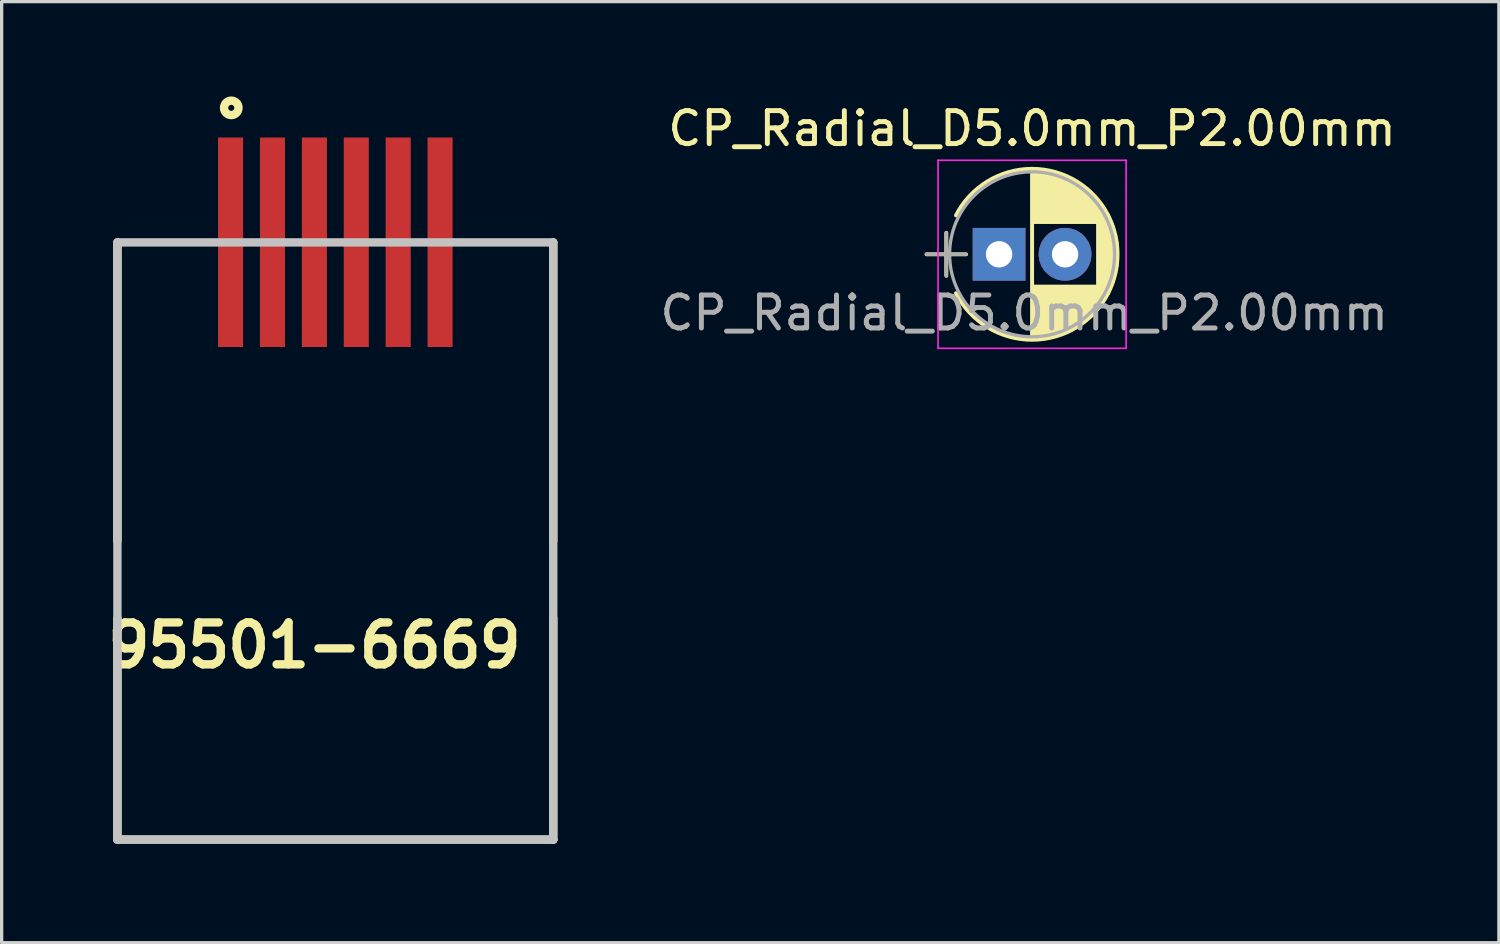
<source format=kicad_pcb>
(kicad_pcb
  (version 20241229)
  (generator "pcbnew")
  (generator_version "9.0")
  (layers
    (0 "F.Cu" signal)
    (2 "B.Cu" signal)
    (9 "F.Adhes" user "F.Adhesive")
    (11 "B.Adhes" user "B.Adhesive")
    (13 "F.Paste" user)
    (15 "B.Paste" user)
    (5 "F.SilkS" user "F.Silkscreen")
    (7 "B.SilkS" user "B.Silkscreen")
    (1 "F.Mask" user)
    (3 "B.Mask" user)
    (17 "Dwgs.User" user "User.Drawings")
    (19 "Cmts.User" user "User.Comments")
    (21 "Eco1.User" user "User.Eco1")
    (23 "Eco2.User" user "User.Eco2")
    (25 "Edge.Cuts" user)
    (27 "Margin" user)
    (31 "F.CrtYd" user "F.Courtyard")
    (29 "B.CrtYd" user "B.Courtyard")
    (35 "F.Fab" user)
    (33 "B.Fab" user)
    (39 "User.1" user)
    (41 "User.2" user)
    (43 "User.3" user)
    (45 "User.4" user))
  (footprint "95501-6669"
    (layer "F.Cu")
    (at 7.114 14.518)
    (property "Reference" "95501-6669" (at -0.631 1.994 0) (layer "F.SilkS") (effects (font (size 1.27 1.27) (thickness 0.254))))
    (attr through_hole)
    (fp_line (start -6.605 -10.22) (end -6.605 -1.17) (stroke (width 0.254) (type solid)) (layer "F.SilkS"))
    (fp_line (start -6.605 7.88) (end -6.605 1.17) (stroke (width 0.254) (type solid)) (layer "F.SilkS"))
    (fp_line (start 6.605 -10.22) (end 6.605 -1.17) (stroke (width 0.254) (type solid)) (layer "F.SilkS"))
    (fp_line (start 6.605 7.88) (end -6.605 7.88) (stroke (width 0.254) (type solid)) (layer "F.SilkS"))
    (fp_line (start 6.605 7.88) (end 6.605 1.17) (stroke (width 0.254) (type solid)) (layer "F.SilkS"))
    (fp_circle (center -3.154 -14.299) (end -3.154 -14.207) (stroke (width 0.254) (type solid)) (fill no) (layer "F.SilkS"))
    (fp_line (start -6.605 -10.22) (end 6.605 -10.22) (stroke (width 0.254) (type solid)) (layer "Dwgs.User"))
    (fp_line (start -6.605 7.88) (end -6.605 -10.22) (stroke (width 0.254) (type solid)) (layer "Dwgs.User"))
    (fp_line (start 6.605 -10.22) (end 6.605 7.88) (stroke (width 0.254) (type solid)) (layer "Dwgs.User"))
    (fp_line (start 6.605 7.88) (end -6.605 7.88) (stroke (width 0.254) (type solid)) (layer "Dwgs.User"))
    (pad "" np_thru_hole circle (at -5.08 0) (size 0.001 0.001) (drill 3.25) (layers "*.Cu" "*.Mask"))
    (pad "" np_thru_hole circle (at 5.08 0) (size 0.001 0.001) (drill 3.25) (layers "*.Cu" "*.Mask"))
    (pad "1" smd rect (at -3.175 -10.225) (size 0.76 6.35) (layers "F.Cu" "F.Paste"))
    (pad "2" smd rect (at -1.905 -10.225) (size 0.76 6.35) (layers "F.Cu" "F.Paste"))
    (pad "3" smd rect (at -0.635 -10.225) (size 0.76 6.35) (layers "F.Cu" "F.Paste"))
    (pad "4" smd rect (at 0.635 -10.225) (size 0.76 6.35) (layers "F.Cu" "F.Paste"))
    (pad "5" smd rect (at 1.905 -10.225) (size 0.76 6.35) (layers "F.Cu" "F.Paste"))
    (pad "6" smd rect (at 3.175 -10.225) (size 0.76 6.35) (layers "F.Cu" "F.Paste")))
  (footprint "CP_Radial_D5.0mm_P2.00mm"
    (layer "F.Cu")
    (at 27.233 4.658)
    (property "Reference" "CP_Radial_D5.0mm_P2.00mm" (at 1 -3.81 0) (layer "F.SilkS") (effects (font (size 1 1) (thickness 0.15))))
    (attr through_hole)
    (fp_line (start -2.2 0) (end -1 0) (stroke (width 0.12) (type solid)) (layer "F.SilkS"))
    (fp_line (start -1.6 -0.65) (end -1.6 0.65) (stroke (width 0.12) (type solid)) (layer "F.SilkS"))
    (fp_line (start 1 -2.55) (end 1 2.55) (stroke (width 0.12) (type solid)) (layer "F.SilkS"))
    (fp_line (start 1.04 -2.55) (end 1.04 -0.98) (stroke (width 0.12) (type solid)) (layer "F.SilkS"))
    (fp_line (start 1.04 0.98) (end 1.04 2.55) (stroke (width 0.12) (type solid)) (layer "F.SilkS"))
    (fp_line (start 1.08 -2.549) (end 1.08 -0.98) (stroke (width 0.12) (type solid)) (layer "F.SilkS"))
    (fp_line (start 1.08 0.98) (end 1.08 2.549) (stroke (width 0.12) (type solid)) (layer "F.SilkS"))
    (fp_line (start 1.12 -2.548) (end 1.12 -0.98) (stroke (width 0.12) (type solid)) (layer "F.SilkS"))
    (fp_line (start 1.12 0.98) (end 1.12 2.548) (stroke (width 0.12) (type solid)) (layer "F.SilkS"))
    (fp_line (start 1.16 -2.546) (end 1.16 -0.98) (stroke (width 0.12) (type solid)) (layer "F.SilkS"))
    (fp_line (start 1.16 0.98) (end 1.16 2.546) (stroke (width 0.12) (type solid)) (layer "F.SilkS"))
    (fp_line (start 1.2 -2.543) (end 1.2 -0.98) (stroke (width 0.12) (type solid)) (layer "F.SilkS"))
    (fp_line (start 1.2 0.98) (end 1.2 2.543) (stroke (width 0.12) (type solid)) (layer "F.SilkS"))
    (fp_line (start 1.24 -2.539) (end 1.24 -0.98) (stroke (width 0.12) (type solid)) (layer "F.SilkS"))
    (fp_line (start 1.24 0.98) (end 1.24 2.539) (stroke (width 0.12) (type solid)) (layer "F.SilkS"))
    (fp_line (start 1.28 -2.535) (end 1.28 -0.98) (stroke (width 0.12) (type solid)) (layer "F.SilkS"))
    (fp_line (start 1.28 0.98) (end 1.28 2.535) (stroke (width 0.12) (type solid)) (layer "F.SilkS"))
    (fp_line (start 1.32 -2.531) (end 1.32 -0.98) (stroke (width 0.12) (type solid)) (layer "F.SilkS"))
    (fp_line (start 1.32 0.98) (end 1.32 2.531) (stroke (width 0.12) (type solid)) (layer "F.SilkS"))
    (fp_line (start 1.36 -2.525) (end 1.36 -0.98) (stroke (width 0.12) (type solid)) (layer "F.SilkS"))
    (fp_line (start 1.36 0.98) (end 1.36 2.525) (stroke (width 0.12) (type solid)) (layer "F.SilkS"))
    (fp_line (start 1.4 -2.519) (end 1.4 -0.98) (stroke (width 0.12) (type solid)) (layer "F.SilkS"))
    (fp_line (start 1.4 0.98) (end 1.4 2.519) (stroke (width 0.12) (type solid)) (layer "F.SilkS"))
    (fp_line (start 1.44 -2.513) (end 1.44 -0.98) (stroke (width 0.12) (type solid)) (layer "F.SilkS"))
    (fp_line (start 1.44 0.98) (end 1.44 2.513) (stroke (width 0.12) (type solid)) (layer "F.SilkS"))
    (fp_line (start 1.48 -2.506) (end 1.48 -0.98) (stroke (width 0.12) (type solid)) (layer "F.SilkS"))
    (fp_line (start 1.48 0.98) (end 1.48 2.506) (stroke (width 0.12) (type solid)) (layer "F.SilkS"))
    (fp_line (start 1.52 -2.498) (end 1.52 -0.98) (stroke (width 0.12) (type solid)) (layer "F.SilkS"))
    (fp_line (start 1.52 0.98) (end 1.52 2.498) (stroke (width 0.12) (type solid)) (layer "F.SilkS"))
    (fp_line (start 1.56 -2.489) (end 1.56 -0.98) (stroke (width 0.12) (type solid)) (layer "F.SilkS"))
    (fp_line (start 1.56 0.98) (end 1.56 2.489) (stroke (width 0.12) (type solid)) (layer "F.SilkS"))
    (fp_line (start 1.6 -2.48) (end 1.6 -0.98) (stroke (width 0.12) (type solid)) (layer "F.SilkS"))
    (fp_line (start 1.6 0.98) (end 1.6 2.48) (stroke (width 0.12) (type solid)) (layer "F.SilkS"))
    (fp_line (start 1.64 -2.47) (end 1.64 -0.98) (stroke (width 0.12) (type solid)) (layer "F.SilkS"))
    (fp_line (start 1.64 0.98) (end 1.64 2.47) (stroke (width 0.12) (type solid)) (layer "F.SilkS"))
    (fp_line (start 1.68 -2.46) (end 1.68 -0.98) (stroke (width 0.12) (type solid)) (layer "F.SilkS"))
    (fp_line (start 1.68 0.98) (end 1.68 2.46) (stroke (width 0.12) (type solid)) (layer "F.SilkS"))
    (fp_line (start 1.721 -2.448) (end 1.721 -0.98) (stroke (width 0.12) (type solid)) (layer "F.SilkS"))
    (fp_line (start 1.721 0.98) (end 1.721 2.448) (stroke (width 0.12) (type solid)) (layer "F.SilkS"))
    (fp_line (start 1.761 -2.436) (end 1.761 -0.98) (stroke (width 0.12) (type solid)) (layer "F.SilkS"))
    (fp_line (start 1.761 0.98) (end 1.761 2.436) (stroke (width 0.12) (type solid)) (layer "F.SilkS"))
    (fp_line (start 1.801 -2.424) (end 1.801 -0.98) (stroke (width 0.12) (type solid)) (layer "F.SilkS"))
    (fp_line (start 1.801 0.98) (end 1.801 2.424) (stroke (width 0.12) (type solid)) (layer "F.SilkS"))
    (fp_line (start 1.841 -2.41) (end 1.841 -0.98) (stroke (width 0.12) (type solid)) (layer "F.SilkS"))
    (fp_line (start 1.841 0.98) (end 1.841 2.41) (stroke (width 0.12) (type solid)) (layer "F.SilkS"))
    (fp_line (start 1.881 -2.396) (end 1.881 -0.98) (stroke (width 0.12) (type solid)) (layer "F.SilkS"))
    (fp_line (start 1.881 0.98) (end 1.881 2.396) (stroke (width 0.12) (type solid)) (layer "F.SilkS"))
    (fp_line (start 1.921 -2.382) (end 1.921 -0.98) (stroke (width 0.12) (type solid)) (layer "F.SilkS"))
    (fp_line (start 1.921 0.98) (end 1.921 2.382) (stroke (width 0.12) (type solid)) (layer "F.SilkS"))
    (fp_line (start 1.961 -2.366) (end 1.961 -0.98) (stroke (width 0.12) (type solid)) (layer "F.SilkS"))
    (fp_line (start 1.961 0.98) (end 1.961 2.366) (stroke (width 0.12) (type solid)) (layer "F.SilkS"))
    (fp_line (start 2.001 -2.35) (end 2.001 -0.98) (stroke (width 0.12) (type solid)) (layer "F.SilkS"))
    (fp_line (start 2.001 0.98) (end 2.001 2.35) (stroke (width 0.12) (type solid)) (layer "F.SilkS"))
    (fp_line (start 2.041 -2.333) (end 2.041 -0.98) (stroke (width 0.12) (type solid)) (layer "F.SilkS"))
    (fp_line (start 2.041 0.98) (end 2.041 2.333) (stroke (width 0.12) (type solid)) (layer "F.SilkS"))
    (fp_line (start 2.081 -2.315) (end 2.081 -0.98) (stroke (width 0.12) (type solid)) (layer "F.SilkS"))
    (fp_line (start 2.081 0.98) (end 2.081 2.315) (stroke (width 0.12) (type solid)) (layer "F.SilkS"))
    (fp_line (start 2.121 -2.296) (end 2.121 -0.98) (stroke (width 0.12) (type solid)) (layer "F.SilkS"))
    (fp_line (start 2.121 0.98) (end 2.121 2.296) (stroke (width 0.12) (type solid)) (layer "F.SilkS"))
    (fp_line (start 2.161 -2.276) (end 2.161 -0.98) (stroke (width 0.12) (type solid)) (layer "F.SilkS"))
    (fp_line (start 2.161 0.98) (end 2.161 2.276) (stroke (width 0.12) (type solid)) (layer "F.SilkS"))
    (fp_line (start 2.201 -2.256) (end 2.201 -0.98) (stroke (width 0.12) (type solid)) (layer "F.SilkS"))
    (fp_line (start 2.201 0.98) (end 2.201 2.256) (stroke (width 0.12) (type solid)) (layer "F.SilkS"))
    (fp_line (start 2.241 -2.234) (end 2.241 -0.98) (stroke (width 0.12) (type solid)) (layer "F.SilkS"))
    (fp_line (start 2.241 0.98) (end 2.241 2.234) (stroke (width 0.12) (type solid)) (layer "F.SilkS"))
    (fp_line (start 2.281 -2.212) (end 2.281 -0.98) (stroke (width 0.12) (type solid)) (layer "F.SilkS"))
    (fp_line (start 2.281 0.98) (end 2.281 2.212) (stroke (width 0.12) (type solid)) (layer "F.SilkS"))
    (fp_line (start 2.321 -2.189) (end 2.321 -0.98) (stroke (width 0.12) (type solid)) (layer "F.SilkS"))
    (fp_line (start 2.321 0.98) (end 2.321 2.189) (stroke (width 0.12) (type solid)) (layer "F.SilkS"))
    (fp_line (start 2.361 -2.165) (end 2.361 -0.98) (stroke (width 0.12) (type solid)) (layer "F.SilkS"))
    (fp_line (start 2.361 0.98) (end 2.361 2.165) (stroke (width 0.12) (type solid)) (layer "F.SilkS"))
    (fp_line (start 2.401 -2.14) (end 2.401 -0.98) (stroke (width 0.12) (type solid)) (layer "F.SilkS"))
    (fp_line (start 2.401 0.98) (end 2.401 2.14) (stroke (width 0.12) (type solid)) (layer "F.SilkS"))
    (fp_line (start 2.441 -2.113) (end 2.441 -0.98) (stroke (width 0.12) (type solid)) (layer "F.SilkS"))
    (fp_line (start 2.441 0.98) (end 2.441 2.113) (stroke (width 0.12) (type solid)) (layer "F.SilkS"))
    (fp_line (start 2.481 -2.086) (end 2.481 -0.98) (stroke (width 0.12) (type solid)) (layer "F.SilkS"))
    (fp_line (start 2.481 0.98) (end 2.481 2.086) (stroke (width 0.12) (type solid)) (layer "F.SilkS"))
    (fp_line (start 2.521 -2.058) (end 2.521 -0.98) (stroke (width 0.12) (type solid)) (layer "F.SilkS"))
    (fp_line (start 2.521 0.98) (end 2.521 2.058) (stroke (width 0.12) (type solid)) (layer "F.SilkS"))
    (fp_line (start 2.561 -2.028) (end 2.561 -0.98) (stroke (width 0.12) (type solid)) (layer "F.SilkS"))
    (fp_line (start 2.561 0.98) (end 2.561 2.028) (stroke (width 0.12) (type solid)) (layer "F.SilkS"))
    (fp_line (start 2.601 -1.997) (end 2.601 -0.98) (stroke (width 0.12) (type solid)) (layer "F.SilkS"))
    (fp_line (start 2.601 0.98) (end 2.601 1.997) (stroke (width 0.12) (type solid)) (layer "F.SilkS"))
    (fp_line (start 2.641 -1.965) (end 2.641 -0.98) (stroke (width 0.12) (type solid)) (layer "F.SilkS"))
    (fp_line (start 2.641 0.98) (end 2.641 1.965) (stroke (width 0.12) (type solid)) (layer "F.SilkS"))
    (fp_line (start 2.681 -1.932) (end 2.681 -0.98) (stroke (width 0.12) (type solid)) (layer "F.SilkS"))
    (fp_line (start 2.681 0.98) (end 2.681 1.932) (stroke (width 0.12) (type solid)) (layer "F.SilkS"))
    (fp_line (start 2.721 -1.897) (end 2.721 -0.98) (stroke (width 0.12) (type solid)) (layer "F.SilkS"))
    (fp_line (start 2.721 0.98) (end 2.721 1.897) (stroke (width 0.12) (type solid)) (layer "F.SilkS"))
    (fp_line (start 2.761 -1.861) (end 2.761 -0.98) (stroke (width 0.12) (type solid)) (layer "F.SilkS"))
    (fp_line (start 2.761 0.98) (end 2.761 1.861) (stroke (width 0.12) (type solid)) (layer "F.SilkS"))
    (fp_line (start 2.801 -1.823) (end 2.801 -0.98) (stroke (width 0.12) (type solid)) (layer "F.SilkS"))
    (fp_line (start 2.801 0.98) (end 2.801 1.823) (stroke (width 0.12) (type solid)) (layer "F.SilkS"))
    (fp_line (start 2.841 -1.783) (end 2.841 -0.98) (stroke (width 0.12) (type solid)) (layer "F.SilkS"))
    (fp_line (start 2.841 0.98) (end 2.841 1.783) (stroke (width 0.12) (type solid)) (layer "F.SilkS"))
    (fp_line (start 2.881 -1.742) (end 2.881 -0.98) (stroke (width 0.12) (type solid)) (layer "F.SilkS"))
    (fp_line (start 2.881 0.98) (end 2.881 1.742) (stroke (width 0.12) (type solid)) (layer "F.SilkS"))
    (fp_line (start 2.921 -1.699) (end 2.921 -0.98) (stroke (width 0.12) (type solid)) (layer "F.SilkS"))
    (fp_line (start 2.921 0.98) (end 2.921 1.699) (stroke (width 0.12) (type solid)) (layer "F.SilkS"))
    (fp_line (start 2.961 -1.654) (end 2.961 -0.98) (stroke (width 0.12) (type solid)) (layer "F.SilkS"))
    (fp_line (start 2.961 0.98) (end 2.961 1.654) (stroke (width 0.12) (type solid)) (layer "F.SilkS"))
    (fp_line (start 3.001 -1.606) (end 3.001 1.606) (stroke (width 0.12) (type solid)) (layer "F.SilkS"))
    (fp_line (start 3.041 -1.556) (end 3.041 1.556) (stroke (width 0.12) (type solid)) (layer "F.SilkS"))
    (fp_line (start 3.081 -1.504) (end 3.081 1.504) (stroke (width 0.12) (type solid)) (layer "F.SilkS"))
    (fp_line (start 3.121 -1.448) (end 3.121 1.448) (stroke (width 0.12) (type solid)) (layer "F.SilkS"))
    (fp_line (start 3.161 -1.39) (end 3.161 1.39) (stroke (width 0.12) (type solid)) (layer "F.SilkS"))
    (fp_line (start 3.201 -1.327) (end 3.201 1.327) (stroke (width 0.12) (type solid)) (layer "F.SilkS"))
    (fp_line (start 3.241 -1.261) (end 3.241 1.261) (stroke (width 0.12) (type solid)) (layer "F.SilkS"))
    (fp_line (start 3.281 -1.189) (end 3.281 1.189) (stroke (width 0.12) (type solid)) (layer "F.SilkS"))
    (fp_line (start 3.321 -1.112) (end 3.321 1.112) (stroke (width 0.12) (type solid)) (layer "F.SilkS"))
    (fp_line (start 3.361 -1.028) (end 3.361 1.028) (stroke (width 0.12) (type solid)) (layer "F.SilkS"))
    (fp_line (start 3.401 -0.934) (end 3.401 0.934) (stroke (width 0.12) (type solid)) (layer "F.SilkS"))
    (fp_line (start 3.441 -0.829) (end 3.441 0.829) (stroke (width 0.12) (type solid)) (layer "F.SilkS"))
    (fp_line (start 3.481 -0.707) (end 3.481 0.707) (stroke (width 0.12) (type solid)) (layer "F.SilkS"))
    (fp_line (start 3.521 -0.559) (end 3.521 0.559) (stroke (width 0.12) (type solid)) (layer "F.SilkS"))
    (fp_line (start 3.561 -0.354) (end 3.561 0.354) (stroke (width 0.12) (type solid)) (layer "F.SilkS"))
    (fp_arc (start -1.30558 -1.18) (mid 1.000156 -2.59) (end 3.305722 -1.179722) (stroke (width 0.12) (type solid)) (layer "F.SilkS"))
    (fp_arc (start 3.30558 -1.18) (mid 3.59 -0.000156) (end 3.305722 1.179722) (stroke (width 0.12) (type solid)) (layer "F.SilkS"))
    (fp_arc (start 3.305722 1.179722) (mid 1.000156 2.59) (end -1.30558 1.18) (stroke (width 0.12) (type solid)) (layer "F.SilkS"))
    (fp_line (start -1.85 -2.85) (end -1.85 2.85) (stroke (width 0.05) (type solid)) (layer "F.CrtYd"))
    (fp_line (start -1.85 2.85) (end 3.85 2.85) (stroke (width 0.05) (type solid)) (layer "F.CrtYd"))
    (fp_line (start 3.85 -2.85) (end -1.85 -2.85) (stroke (width 0.05) (type solid)) (layer "F.CrtYd"))
    (fp_line (start 3.85 2.85) (end 3.85 -2.85) (stroke (width 0.05) (type solid)) (layer "F.CrtYd"))
    (fp_line (start -2.2 0) (end -1 0) (stroke (width 0.1) (type solid)) (layer "F.Fab"))
    (fp_line (start -1.6 -0.65) (end -1.6 0.65) (stroke (width 0.1) (type solid)) (layer "F.Fab"))
    (fp_circle (center 1 0) (end 3.5 0) (stroke (width 0.1) (type solid)) (fill no) (layer "F.Fab"))
    (fp_text user "${REFERENCE}" (at 0.762 1.778 0) (layer "F.Fab") (effects (font (size 1 1) (thickness 0.15))))
    (pad "1" thru_hole circle (at 2 0) (size 1.6 1.6) (drill 0.8) (layers "*.Cu" "*.Mask"))
    (pad "2" thru_hole rect (at 0 0) (size 1.6 1.6) (drill 0.8) (layers "*.Cu" "*.Mask")))
  (gr_rect
    (start -3 -3)
    (end 42.382 25.525)
    (stroke (width 0.1) (type default))
    (fill no)
    (layer "Edge.Cuts")))
</source>
